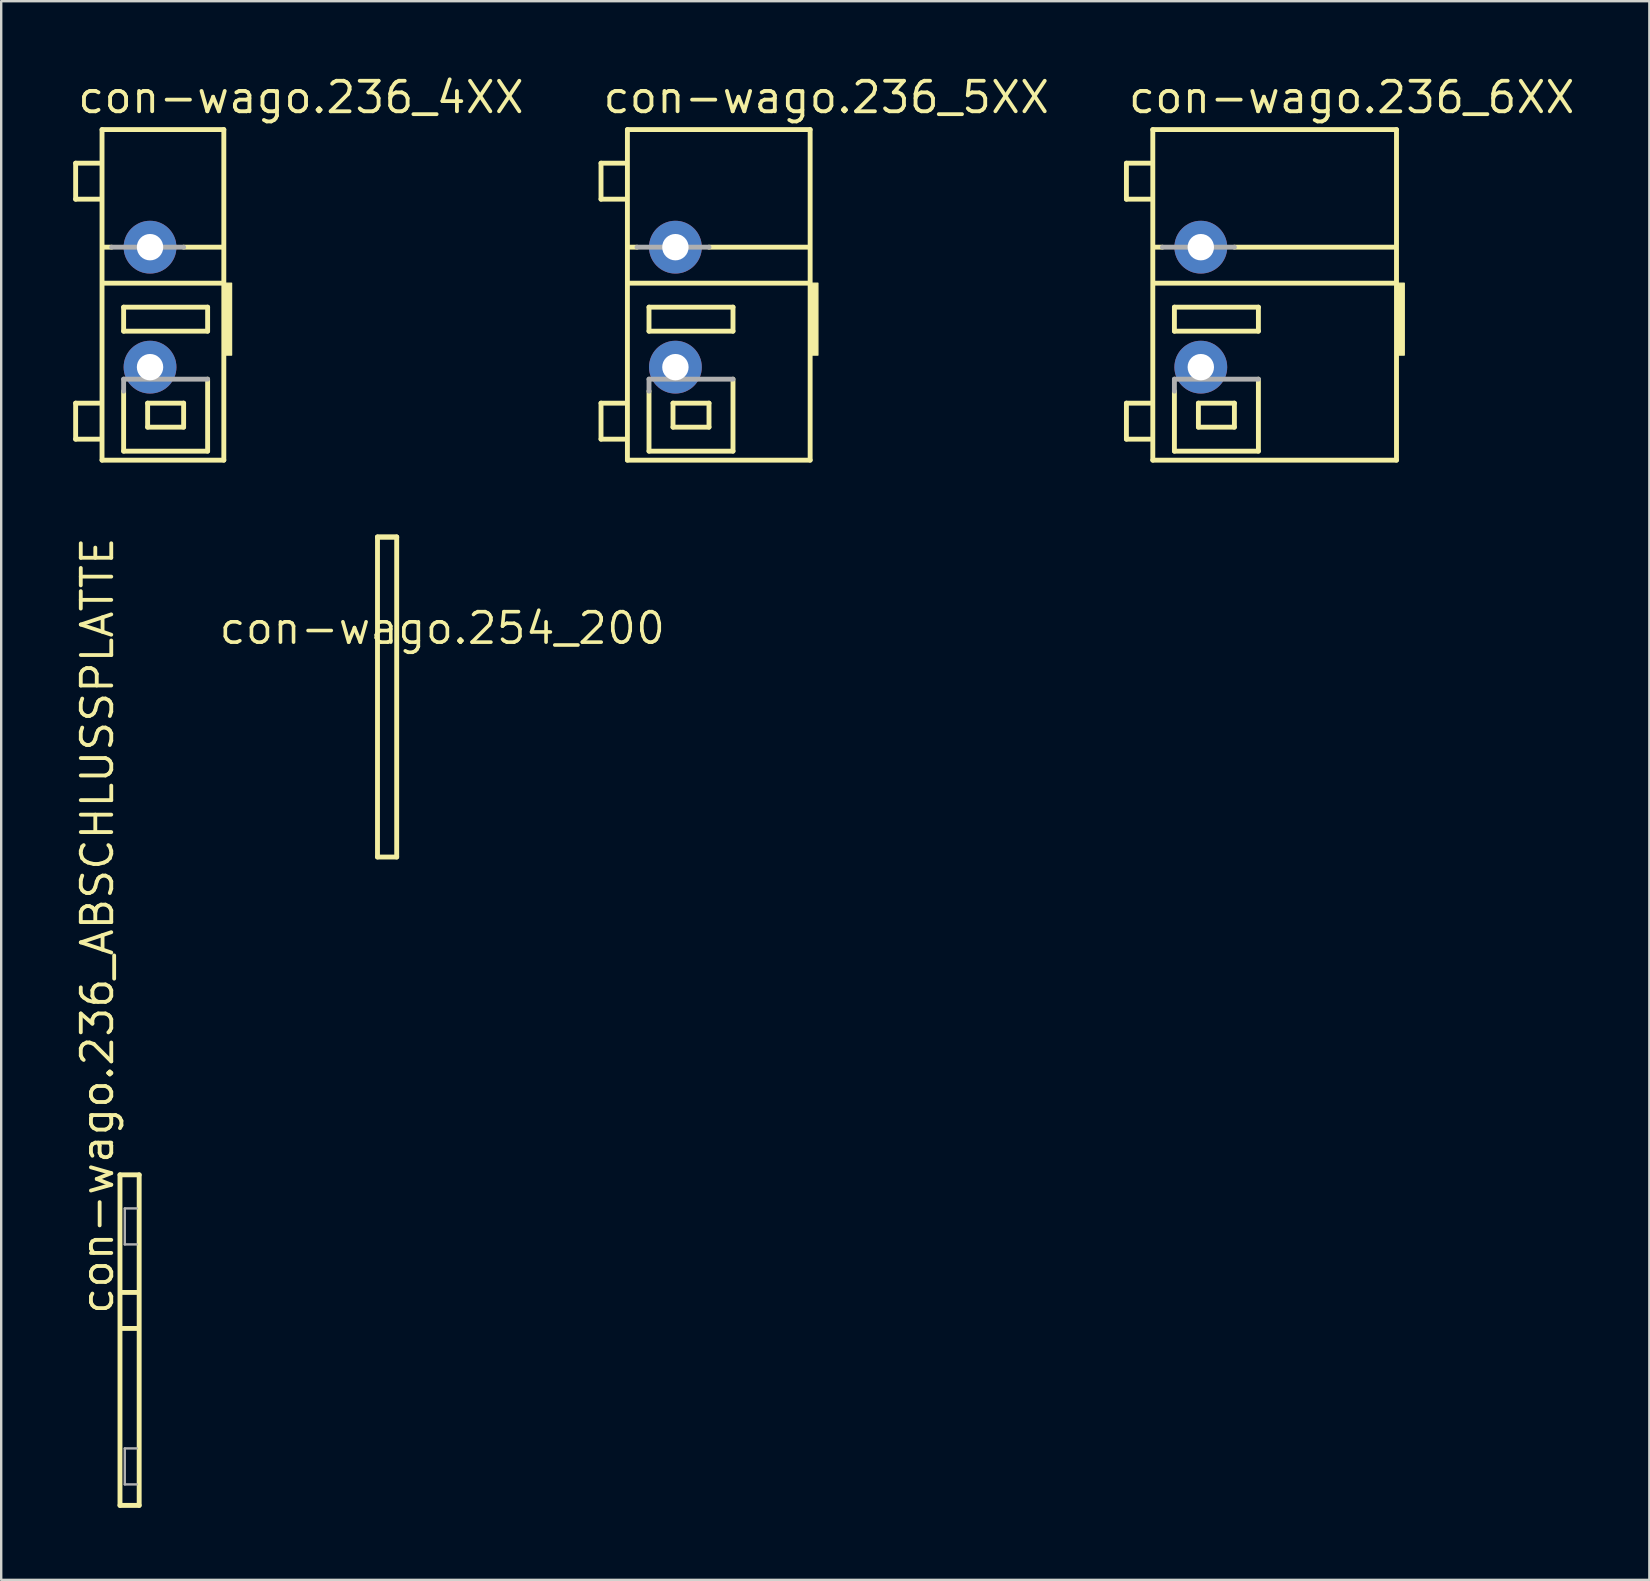
<source format=kicad_pcb>
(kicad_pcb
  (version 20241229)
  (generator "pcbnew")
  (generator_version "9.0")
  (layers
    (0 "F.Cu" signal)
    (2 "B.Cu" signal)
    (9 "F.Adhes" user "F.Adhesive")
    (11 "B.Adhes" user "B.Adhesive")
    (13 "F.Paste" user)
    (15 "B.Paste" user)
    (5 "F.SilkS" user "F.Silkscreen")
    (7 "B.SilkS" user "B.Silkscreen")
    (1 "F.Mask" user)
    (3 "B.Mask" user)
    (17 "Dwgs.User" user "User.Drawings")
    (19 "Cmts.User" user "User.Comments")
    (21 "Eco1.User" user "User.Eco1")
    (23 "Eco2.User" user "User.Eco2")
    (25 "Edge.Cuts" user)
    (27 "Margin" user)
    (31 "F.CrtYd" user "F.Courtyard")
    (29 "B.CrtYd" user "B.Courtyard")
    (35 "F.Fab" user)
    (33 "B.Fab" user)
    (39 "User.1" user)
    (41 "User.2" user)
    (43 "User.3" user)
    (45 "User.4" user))
  (footprint "con-wago.254_200"
    (layer "F.Cu")
    (at 15.381 23.128)
    (property "Reference" "con-wago.254_200" (at 0 0 0) (layer "F.SilkS") (effects (font (size 1.27 1.27) (thickness 0.15))))
    (fp_line (start -2.7 -3.8) (end -2.7 9.535) (stroke (width 0.203) (type default)) (layer "F.SilkS"))
    (fp_line (start -2.7 -3.8) (end -1.9 -3.8) (stroke (width 0.203) (type default)) (layer "F.SilkS"))
    (fp_line (start -2.7 9.535) (end -1.9 9.535) (stroke (width 0.203) (type default)) (layer "F.SilkS"))
    (fp_line (start -1.9 -3.8) (end -2.7 -3.8) (stroke (width 0.203) (type default)) (layer "F.SilkS"))
    (fp_line (start -1.9 9.535) (end -1.9 -3.8) (stroke (width 0.203) (type default)) (layer "F.SilkS")))
  (footprint "con-wago.236_5XX"
    (layer "F.Cu")
    (at 25.095 9.75)
    (property "Reference" "con-wago.236_5XX" (at -3.1 -8 0) (layer "F.SilkS") (effects (font (size 1.27 1.27) (thickness 0.16)) (justify left bottom)))
    (attr through_hole)
    (fp_line (start -3.1 -6) (end -3.1 -4.5) (stroke (width 0.203) (type default)) (layer "F.SilkS"))
    (fp_line (start -3.1 -4.5) (end -2.1 -4.5) (stroke (width 0.203) (type default)) (layer "F.SilkS"))
    (fp_line (start -3.1 4) (end -2.1 4) (stroke (width 0.203) (type default)) (layer "F.SilkS"))
    (fp_line (start -3.1 5.5) (end -3.1 4) (stroke (width 0.203) (type default)) (layer "F.SilkS"))
    (fp_line (start -2.1 -6) (end -3.1 -6) (stroke (width 0.203) (type default)) (layer "F.SilkS"))
    (fp_line (start -2.1 5.5) (end -3.1 5.5) (stroke (width 0.203) (type default)) (layer "F.SilkS"))
    (fp_line (start -2 -7.4) (end 5.615 -7.4) (stroke (width 0.203) (type default)) (layer "F.SilkS"))
    (fp_line (start -2 6.375) (end -2 -7.4) (stroke (width 0.203) (type default)) (layer "F.SilkS"))
    (fp_line (start -1.6 -2.5) (end -1.925 -2.5) (stroke (width 0.203) (type default)) (layer "F.SilkS"))
    (fp_line (start -1.1 0) (end 2.4 0) (stroke (width 0.203) (type default)) (layer "F.SilkS"))
    (fp_line (start -1.1 1) (end -1.1 0) (stroke (width 0.203) (type default)) (layer "F.SilkS"))
    (fp_line (start -1.1 3.5) (end -1.1 6) (stroke (width 0.203) (type default)) (layer "F.SilkS"))
    (fp_line (start -1.1 6) (end 2.4 6) (stroke (width 0.203) (type default)) (layer "F.SilkS"))
    (fp_line (start -0.1 4) (end -0.1 5) (stroke (width 0.203) (type default)) (layer "F.SilkS"))
    (fp_line (start -0.1 5) (end 1.4 5) (stroke (width 0.203) (type default)) (layer "F.SilkS"))
    (fp_line (start 1.4 4) (end -0.1 4) (stroke (width 0.203) (type default)) (layer "F.SilkS"))
    (fp_line (start 1.4 5) (end 1.4 4) (stroke (width 0.203) (type default)) (layer "F.SilkS"))
    (fp_line (start 2.4 0) (end 2.4 1) (stroke (width 0.203) (type default)) (layer "F.SilkS"))
    (fp_line (start 2.4 1) (end -1.1 1) (stroke (width 0.203) (type default)) (layer "F.SilkS"))
    (fp_line (start 2.4 6) (end 2.4 3) (stroke (width 0.203) (type default)) (layer "F.SilkS"))
    (fp_line (start 5.565 -2.5) (end 1.4 -2.5) (stroke (width 0.203) (type default)) (layer "F.SilkS"))
    (fp_line (start 5.565 -1) (end -1.925 -1) (stroke (width 0.203) (type default)) (layer "F.SilkS"))
    (fp_line (start 5.615 -7.4) (end 5.615 6.375) (stroke (width 0.203) (type default)) (layer "F.SilkS"))
    (fp_line (start 5.615 6.375) (end -2 6.375) (stroke (width 0.203) (type default)) (layer "F.SilkS"))
    (fp_rect (start 5.64 2) (end 5.94 -1) (stroke (width 0.05) (type default)) (fill yes) (layer "F.SilkS"))
    (fp_line (start -1.1 3) (end -1.1 3.5) (stroke (width 0.203) (type default)) (layer "F.Fab"))
    (fp_line (start 1.4 -2.5) (end -1.6 -2.5) (stroke (width 0.203) (type default)) (layer "F.Fab"))
    (fp_line (start 2.4 3) (end -1.1 3) (stroke (width 0.203) (type default)) (layer "F.Fab"))
    (pad "1@1" thru_hole circle (at 0 2.5) (size 2.2 2.2) (drill 1.1) (layers "*.Cu" "*.Mask"))
    (pad "1@2" thru_hole circle (at 0 -2.5) (size 2.2 2.2) (drill 1.1) (layers "*.Cu" "*.Mask")))
  (footprint "con-wago.236_ABSCHLUSSPLATTE"
    (layer "F.Cu")
    (at 2.75 53.307)
    (property "Reference" "con-wago.236_ABSCHLUSSPLATTE" (at -1 -1.5 90) (layer "F.SilkS") (effects (font (size 1.27 1.27) (thickness 0.16)) (justify left bottom)))
    (fp_line (start -0.8 -7.4) (end -0.8 6.375) (stroke (width 0.203) (type default)) (layer "F.SilkS"))
    (fp_line (start -0.8 6.375) (end 0 6.375) (stroke (width 0.203) (type default)) (layer "F.SilkS"))
    (fp_line (start -0.73 -2.5) (end -0.05 -2.5) (stroke (width 0.203) (type default)) (layer "F.SilkS"))
    (fp_line (start -0.71 -1) (end -0.025 -1) (stroke (width 0.203) (type default)) (layer "F.SilkS"))
    (fp_line (start 0 -7.4) (end -0.8 -7.4) (stroke (width 0.203) (type default)) (layer "F.SilkS"))
    (fp_line (start 0 6.375) (end 0 -7.4) (stroke (width 0.203) (type default)) (layer "F.SilkS"))
    (fp_line (start -0.6 -6) (end -0.6 -4.5) (stroke (width 0.1) (type default)) (layer "F.Fab"))
    (fp_line (start -0.6 -4.5) (end -0.1 -4.5) (stroke (width 0.1) (type default)) (layer "F.Fab"))
    (fp_line (start -0.6 4) (end -0.1 4) (stroke (width 0.1) (type default)) (layer "F.Fab"))
    (fp_line (start -0.6 5.5) (end -0.6 4) (stroke (width 0.1) (type default)) (layer "F.Fab"))
    (fp_line (start -0.1 -6) (end -0.6 -6) (stroke (width 0.1) (type default)) (layer "F.Fab"))
    (fp_line (start -0.1 5.5) (end -0.6 5.5) (stroke (width 0.1) (type default)) (layer "F.Fab")))
  (footprint "con-wago.236_4XX"
    (layer "F.Cu")
    (at 3.202 9.75)
    (property "Reference" "con-wago.236_4XX" (at -3.1 -8 0) (layer "F.SilkS") (effects (font (size 1.27 1.27) (thickness 0.16)) (justify left bottom)))
    (attr through_hole)
    (fp_line (start -3.1 -6) (end -3.1 -4.5) (stroke (width 0.203) (type default)) (layer "F.SilkS"))
    (fp_line (start -3.1 -4.5) (end -2.1 -4.5) (stroke (width 0.203) (type default)) (layer "F.SilkS"))
    (fp_line (start -3.1 4) (end -2.1 4) (stroke (width 0.203) (type default)) (layer "F.SilkS"))
    (fp_line (start -3.1 5.5) (end -3.1 4) (stroke (width 0.203) (type default)) (layer "F.SilkS"))
    (fp_line (start -2.1 -6) (end -3.1 -6) (stroke (width 0.203) (type default)) (layer "F.SilkS"))
    (fp_line (start -2.1 5.5) (end -3.1 5.5) (stroke (width 0.203) (type default)) (layer "F.SilkS"))
    (fp_line (start -2 -7.4) (end 3.075 -7.4) (stroke (width 0.203) (type default)) (layer "F.SilkS"))
    (fp_line (start -2 6.375) (end -2 -7.4) (stroke (width 0.203) (type default)) (layer "F.SilkS"))
    (fp_line (start -1.6 -2.5) (end -1.925 -2.5) (stroke (width 0.203) (type default)) (layer "F.SilkS"))
    (fp_line (start -1.1 0) (end 2.4 0) (stroke (width 0.203) (type default)) (layer "F.SilkS"))
    (fp_line (start -1.1 1) (end -1.1 0) (stroke (width 0.203) (type default)) (layer "F.SilkS"))
    (fp_line (start -1.1 3.5) (end -1.1 6) (stroke (width 0.203) (type default)) (layer "F.SilkS"))
    (fp_line (start -1.1 6) (end 2.4 6) (stroke (width 0.203) (type default)) (layer "F.SilkS"))
    (fp_line (start -0.1 4) (end -0.1 5) (stroke (width 0.203) (type default)) (layer "F.SilkS"))
    (fp_line (start -0.1 5) (end 1.4 5) (stroke (width 0.203) (type default)) (layer "F.SilkS"))
    (fp_line (start 1.4 4) (end -0.1 4) (stroke (width 0.203) (type default)) (layer "F.SilkS"))
    (fp_line (start 1.4 5) (end 1.4 4) (stroke (width 0.203) (type default)) (layer "F.SilkS"))
    (fp_line (start 2.4 0) (end 2.4 1) (stroke (width 0.203) (type default)) (layer "F.SilkS"))
    (fp_line (start 2.4 1) (end -1.1 1) (stroke (width 0.203) (type default)) (layer "F.SilkS"))
    (fp_line (start 2.4 6) (end 2.4 3) (stroke (width 0.203) (type default)) (layer "F.SilkS"))
    (fp_line (start 3.025 -2.5) (end 1.4 -2.5) (stroke (width 0.203) (type default)) (layer "F.SilkS"))
    (fp_line (start 3.025 -1) (end -1.925 -1) (stroke (width 0.203) (type default)) (layer "F.SilkS"))
    (fp_line (start 3.075 -7.4) (end 3.075 6.375) (stroke (width 0.203) (type default)) (layer "F.SilkS"))
    (fp_line (start 3.075 6.375) (end -2 6.375) (stroke (width 0.203) (type default)) (layer "F.SilkS"))
    (fp_rect (start 3.1 2) (end 3.4 -1) (stroke (width 0.05) (type default)) (fill yes) (layer "F.SilkS"))
    (fp_line (start -1.1 3) (end -1.1 3.5) (stroke (width 0.203) (type default)) (layer "F.Fab"))
    (fp_line (start 1.4 -2.5) (end -1.6 -2.5) (stroke (width 0.203) (type default)) (layer "F.Fab"))
    (fp_line (start 2.4 3) (end -1.1 3) (stroke (width 0.203) (type default)) (layer "F.Fab"))
    (pad "1@1" thru_hole circle (at 0 2.5) (size 2.2 2.2) (drill 1.1) (layers "*.Cu" "*.Mask"))
    (pad "1@2" thru_hole circle (at 0 -2.5) (size 2.2 2.2) (drill 1.1) (layers "*.Cu" "*.Mask")))
  (footprint "con-wago.236_6XX"
    (layer "F.Cu")
    (at 46.989 9.75)
    (property "Reference" "con-wago.236_6XX" (at -3.1 -8 0) (layer "F.SilkS") (effects (font (size 1.27 1.27) (thickness 0.16)) (justify left bottom)))
    (attr through_hole)
    (fp_line (start -3.1 -6) (end -3.1 -4.5) (stroke (width 0.203) (type default)) (layer "F.SilkS"))
    (fp_line (start -3.1 -4.5) (end -2.1 -4.5) (stroke (width 0.203) (type default)) (layer "F.SilkS"))
    (fp_line (start -3.1 4) (end -2.1 4) (stroke (width 0.203) (type default)) (layer "F.SilkS"))
    (fp_line (start -3.1 5.5) (end -3.1 4) (stroke (width 0.203) (type default)) (layer "F.SilkS"))
    (fp_line (start -2.1 -6) (end -3.1 -6) (stroke (width 0.203) (type default)) (layer "F.SilkS"))
    (fp_line (start -2.1 5.5) (end -3.1 5.5) (stroke (width 0.203) (type default)) (layer "F.SilkS"))
    (fp_line (start -2 -7.4) (end 8.155 -7.4) (stroke (width 0.203) (type default)) (layer "F.SilkS"))
    (fp_line (start -2 6.375) (end -2 -7.4) (stroke (width 0.203) (type default)) (layer "F.SilkS"))
    (fp_line (start -1.6 -2.5) (end -1.925 -2.5) (stroke (width 0.203) (type default)) (layer "F.SilkS"))
    (fp_line (start -1.1 0) (end 2.4 0) (stroke (width 0.203) (type default)) (layer "F.SilkS"))
    (fp_line (start -1.1 1) (end -1.1 0) (stroke (width 0.203) (type default)) (layer "F.SilkS"))
    (fp_line (start -1.1 3.5) (end -1.1 6) (stroke (width 0.203) (type default)) (layer "F.SilkS"))
    (fp_line (start -1.1 6) (end 2.4 6) (stroke (width 0.203) (type default)) (layer "F.SilkS"))
    (fp_line (start -0.1 4) (end -0.1 5) (stroke (width 0.203) (type default)) (layer "F.SilkS"))
    (fp_line (start -0.1 5) (end 1.4 5) (stroke (width 0.203) (type default)) (layer "F.SilkS"))
    (fp_line (start 1.4 4) (end -0.1 4) (stroke (width 0.203) (type default)) (layer "F.SilkS"))
    (fp_line (start 1.4 5) (end 1.4 4) (stroke (width 0.203) (type default)) (layer "F.SilkS"))
    (fp_line (start 2.4 0) (end 2.4 1) (stroke (width 0.203) (type default)) (layer "F.SilkS"))
    (fp_line (start 2.4 1) (end -1.1 1) (stroke (width 0.203) (type default)) (layer "F.SilkS"))
    (fp_line (start 2.4 6) (end 2.4 3) (stroke (width 0.203) (type default)) (layer "F.SilkS"))
    (fp_line (start 8.105 -2.5) (end 1.4 -2.5) (stroke (width 0.203) (type default)) (layer "F.SilkS"))
    (fp_line (start 8.105 -1) (end -1.925 -1) (stroke (width 0.203) (type default)) (layer "F.SilkS"))
    (fp_line (start 8.155 -7.4) (end 8.155 6.375) (stroke (width 0.203) (type default)) (layer "F.SilkS"))
    (fp_line (start 8.155 6.375) (end -2 6.375) (stroke (width 0.203) (type default)) (layer "F.SilkS"))
    (fp_rect (start 8.18 2) (end 8.48 -1) (stroke (width 0.05) (type default)) (fill yes) (layer "F.SilkS"))
    (fp_line (start -1.1 3) (end -1.1 3.5) (stroke (width 0.203) (type default)) (layer "F.Fab"))
    (fp_line (start 1.4 -2.5) (end -1.6 -2.5) (stroke (width 0.203) (type default)) (layer "F.Fab"))
    (fp_line (start 2.4 3) (end -1.1 3) (stroke (width 0.203) (type default)) (layer "F.Fab"))
    (pad "1@1" thru_hole circle (at 0 2.5) (size 2.2 2.2) (drill 1.1) (layers "*.Cu" "*.Mask"))
    (pad "1@2" thru_hole circle (at 0 -2.5) (size 2.2 2.2) (drill 1.1) (layers "*.Cu" "*.Mask")))
  (gr_rect
    (start -3 -3)
    (end 65.681 62.784)
    (stroke (width 0.1) (type default))
    (fill no)
    (layer "Edge.Cuts")))
</source>
